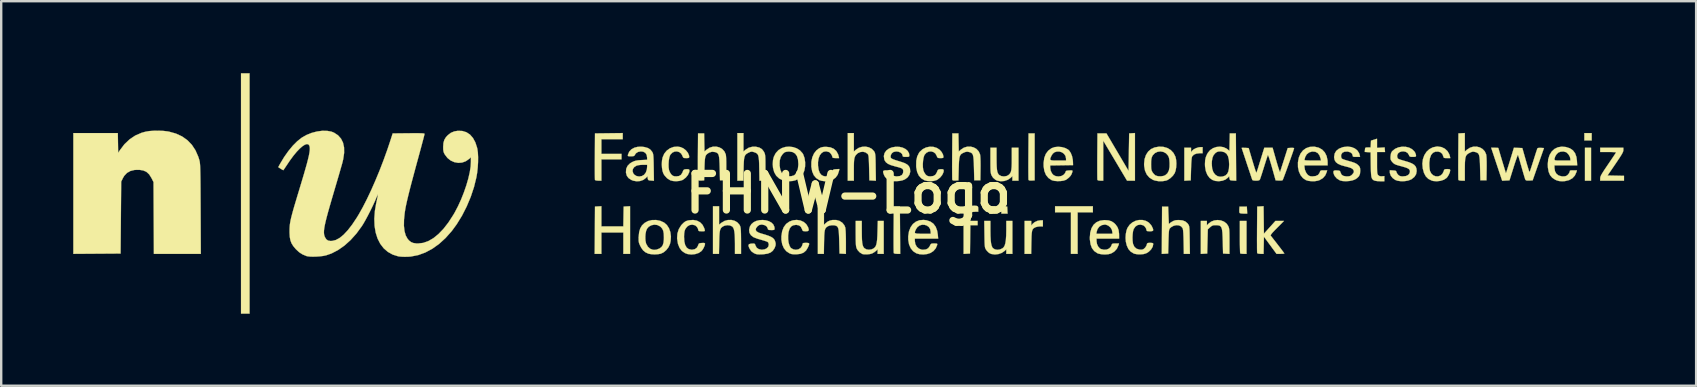
<source format=kicad_pcb>
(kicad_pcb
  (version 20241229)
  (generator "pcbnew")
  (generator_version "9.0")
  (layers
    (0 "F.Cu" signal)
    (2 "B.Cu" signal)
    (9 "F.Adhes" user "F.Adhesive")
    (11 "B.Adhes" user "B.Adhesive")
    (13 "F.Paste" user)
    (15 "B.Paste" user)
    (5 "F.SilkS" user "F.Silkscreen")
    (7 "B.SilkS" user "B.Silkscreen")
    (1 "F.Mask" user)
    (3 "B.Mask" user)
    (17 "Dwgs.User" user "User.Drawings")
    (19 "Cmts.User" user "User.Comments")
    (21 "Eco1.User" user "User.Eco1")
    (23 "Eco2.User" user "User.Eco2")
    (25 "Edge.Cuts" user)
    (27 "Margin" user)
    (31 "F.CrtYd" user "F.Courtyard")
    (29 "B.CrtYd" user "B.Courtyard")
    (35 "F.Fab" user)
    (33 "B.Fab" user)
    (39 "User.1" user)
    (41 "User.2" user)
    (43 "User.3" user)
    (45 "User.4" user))
  (footprint "FHNW-Logo"
    (layer "F.Cu")
    (at 32.288 5.009)
    (property "Reference" "FHNW-Logo" (at 0 0 0) (layer "F.SilkS") (effects (font (size 1.524 1.524) (thickness 0.3))))
    (attr through_hole)
    (fp_poly (pts (xy -24.943 5.004) (xy -25.298 5.004) (xy -25.298 -5.004) (xy -24.943 -5.004) (xy -24.943 5.004)) (stroke (width 0.01) (type solid)) (fill yes) (layer "F.SilkS"))
    (fp_poly (pts (xy 6.121 0.838) (xy 5.867 0.838) (xy 5.867 0.533) (xy 6.121 0.533) (xy 6.121 0.838)) (stroke (width 0.01) (type solid)) (fill yes) (layer "F.SilkS"))
    (fp_poly (pts (xy 30.937 -0.533) (xy 30.683 -0.533) (xy 30.683 -1.905) (xy 30.937 -1.905) (xy 30.937 -0.533)) (stroke (width 0.01) (type solid)) (fill yes) (layer "F.SilkS"))
    (fp_poly (pts (xy 30.963 -2.21) (xy 30.658 -2.21) (xy 30.658 -2.515) (xy 30.963 -2.515) (xy 30.963 -2.21)) (stroke (width 0.01) (type solid)) (fill yes) (layer "F.SilkS"))
    (fp_poly (pts (xy 6.617 0.546) (xy 6.624 0.692) (xy 6.632 0.838) (xy 6.375 0.838) (xy 6.375 0.531) (xy 6.617 0.546)) (stroke (width 0.01) (type solid)) (fill yes) (layer "F.SilkS"))
    (fp_poly (pts (xy 10.185 0.787) (xy 9.55 0.787) (xy 9.55 2.515) (xy 9.271 2.515) (xy 9.271 0.787) (xy 8.611 0.787) (xy 8.611 0.533) (xy 10.185 0.533) (xy 10.185 0.787)) (stroke (width 0.01) (type solid)) (fill yes) (layer "F.SilkS"))
    (fp_poly (pts (xy 16.607 0.692) (xy 16.614 0.838) (xy 16.46 0.838) (xy 16.361 0.833) (xy 16.306 0.818) (xy 16.292 0.803) (xy 16.285 0.757) (xy 16.285 0.684) (xy 16.286 0.657) (xy 16.294 0.546) (xy 16.599 0.546) (xy 16.607 0.692)) (stroke (width 0.01) (type solid)) (fill yes) (layer "F.SilkS"))
    (fp_poly (pts (xy 16.586 2.515) (xy 16.463 2.515) (xy 16.388 2.511) (xy 16.336 2.503) (xy 16.324 2.498) (xy 16.319 2.469) (xy 16.315 2.396) (xy 16.312 2.286) (xy 16.309 2.146) (xy 16.307 1.982) (xy 16.307 1.812) (xy 16.307 1.143) (xy 16.586 1.143) (xy 16.586 2.515)) (stroke (width 0.01) (type solid)) (fill yes) (layer "F.SilkS"))
    (fp_poly (pts (xy 2.16 2.515) (xy 2.032 2.515) (xy 1.946 2.508) (xy 1.897 2.491) (xy 1.891 2.483) (xy 1.889 2.451) (xy 1.887 2.374) (xy 1.885 2.258) (xy 1.884 2.109) (xy 1.884 1.932) (xy 1.884 1.733) (xy 1.885 1.518) (xy 1.886 1.499) (xy 1.892 0.546) (xy 2.146 0.546) (xy 2.16 2.515)) (stroke (width 0.01) (type solid)) (fill yes) (layer "F.SilkS"))
    (fp_poly (pts (xy 7.76 -0.546) (xy 7.639 -0.538) (xy 7.551 -0.54) (xy 7.509 -0.558) (xy 7.505 -0.564) (xy 7.502 -0.596) (xy 7.5 -0.673) (xy 7.499 -0.789) (xy 7.498 -0.939) (xy 7.497 -1.116) (xy 7.498 -1.315) (xy 7.499 -1.53) (xy 7.499 -1.549) (xy 7.506 -2.502) (xy 7.76 -2.502) (xy 7.76 -0.546)) (stroke (width 0.01) (type solid)) (fill yes) (layer "F.SilkS"))
    (fp_poly (pts (xy -9.093 2.515) (xy -9.373 2.515) (xy -9.373 1.626) (xy -10.287 1.626) (xy -10.287 2.515) (xy -10.567 2.515) (xy -10.56 1.53) (xy -10.554 0.546) (xy -10.42 0.538) (xy -10.287 0.531) (xy -10.287 1.372) (xy -9.374 1.372) (xy -9.367 0.959) (xy -9.36 0.546) (xy -9.227 0.538) (xy -9.093 0.531) (xy -9.093 2.515)) (stroke (width 0.01) (type solid)) (fill yes) (layer "F.SilkS"))
    (fp_poly (pts (xy -9.398 -2.261) (xy -10.287 -2.261) (xy -10.287 -1.651) (xy -9.449 -1.651) (xy -9.449 -1.422) (xy -10.287 -1.422) (xy -10.287 -0.533) (xy -10.415 -0.533) (xy -10.5 -0.54) (xy -10.549 -0.557) (xy -10.555 -0.565) (xy -10.557 -0.597) (xy -10.559 -0.674) (xy -10.561 -0.79) (xy -10.562 -0.939) (xy -10.562 -1.116) (xy -10.562 -1.315) (xy -10.56 -1.53) (xy -10.56 -1.549) (xy -10.554 -2.502) (xy -9.398 -2.516) (xy -9.398 -2.261)) (stroke (width 0.01) (type solid)) (fill yes) (layer "F.SilkS"))
    (fp_poly (pts (xy 14.757 -1.676) (xy 14.629 -1.676) (xy 14.495 -1.66) (xy 14.389 -1.614) (xy 14.32 -1.543) (xy 14.305 -1.49) (xy 14.293 -1.386) (xy 14.283 -1.232) (xy 14.275 -1.027) (xy 14.275 -1.016) (xy 14.262 -0.546) (xy 13.995 -0.531) (xy 13.995 -1.905) (xy 14.275 -1.905) (xy 14.275 -1.716) (xy 14.316 -1.775) (xy 14.382 -1.836) (xy 14.479 -1.887) (xy 14.587 -1.921) (xy 14.662 -1.93) (xy 14.757 -1.93) (xy 14.757 -1.676)) (stroke (width 0.01) (type solid)) (fill yes) (layer "F.SilkS"))
    (fp_poly (pts (xy 11.938 -0.533) (xy 11.609 -0.533) (xy 10.618 -2.197) (xy 10.617 -0.533) (xy 10.502 -0.533) (xy 10.424 -0.54) (xy 10.38 -0.558) (xy 10.375 -0.565) (xy 10.372 -0.597) (xy 10.37 -0.674) (xy 10.369 -0.79) (xy 10.368 -0.939) (xy 10.368 -1.116) (xy 10.368 -1.315) (xy 10.369 -1.53) (xy 10.369 -1.549) (xy 10.376 -2.502) (xy 10.751 -2.502) (xy 11.211 -1.722) (xy 11.671 -0.942) (xy 11.684 -1.722) (xy 11.697 -2.502) (xy 11.938 -2.517) (xy 11.938 -0.533)) (stroke (width 0.01) (type solid)) (fill yes) (layer "F.SilkS"))
    (fp_poly (pts (xy 8.103 1.372) (xy 7.986 1.372) (xy 7.894 1.38) (xy 7.808 1.402) (xy 7.789 1.41) (xy 7.738 1.437) (xy 7.699 1.467) (xy 7.671 1.509) (xy 7.652 1.568) (xy 7.639 1.653) (xy 7.631 1.77) (xy 7.627 1.927) (xy 7.624 2.038) (xy 7.616 2.515) (xy 7.341 2.515) (xy 7.341 1.143) (xy 7.62 1.143) (xy 7.62 1.333) (xy 7.677 1.264) (xy 7.766 1.19) (xy 7.883 1.138) (xy 8.007 1.118) (xy 8.013 1.118) (xy 8.103 1.118) (xy 8.103 1.372)) (stroke (width 0.01) (type solid)) (fill yes) (layer "F.SilkS"))
    (fp_poly (pts (xy 5.343 0.517) (xy 5.345 0.518) (xy 5.386 0.534) (xy 5.405 0.567) (xy 5.41 0.631) (xy 5.41 0.648) (xy 5.41 0.762) (xy 5.276 0.762) (xy 5.194 0.767) (xy 5.131 0.781) (xy 5.11 0.792) (xy 5.094 0.834) (xy 5.083 0.91) (xy 5.08 0.983) (xy 5.08 1.143) (xy 5.385 1.143) (xy 5.385 1.321) (xy 5.081 1.321) (xy 5.067 2.502) (xy 4.801 2.517) (xy 4.801 1.321) (xy 4.547 1.321) (xy 4.547 1.143) (xy 4.801 1.143) (xy 4.801 0.972) (xy 4.815 0.809) (xy 4.861 0.684) (xy 4.94 0.59) (xy 4.957 0.576) (xy 5.033 0.541) (xy 5.137 0.517) (xy 5.247 0.508) (xy 5.343 0.517)) (stroke (width 0.01) (type solid)) (fill yes) (layer "F.SilkS"))
    (fp_poly (pts (xy 32.283 -1.81) (xy 32.279 -1.772) (xy 32.265 -1.728) (xy 32.237 -1.67) (xy 32.192 -1.592) (xy 32.127 -1.49) (xy 32.038 -1.357) (xy 31.954 -1.232) (xy 31.624 -0.749) (xy 31.967 -0.742) (xy 32.309 -0.735) (xy 32.309 -0.533) (xy 31.318 -0.533) (xy 31.318 -0.632) (xy 31.322 -0.67) (xy 31.334 -0.713) (xy 31.359 -0.767) (xy 31.4 -0.839) (xy 31.46 -0.934) (xy 31.543 -1.059) (xy 31.648 -1.214) (xy 31.742 -1.353) (xy 31.826 -1.477) (xy 31.895 -1.58) (xy 31.946 -1.658) (xy 31.974 -1.703) (xy 31.979 -1.712) (xy 31.955 -1.718) (xy 31.89 -1.722) (xy 31.792 -1.726) (xy 31.673 -1.727) (xy 31.648 -1.727) (xy 31.318 -1.727) (xy 31.318 -1.905) (xy 32.283 -1.905) (xy 32.283 -1.81)) (stroke (width 0.01) (type solid)) (fill yes) (layer "F.SilkS"))
    (fp_poly (pts (xy 15.52 1.123) (xy 15.649 1.173) (xy 15.755 1.255) (xy 15.818 1.345) (xy 15.837 1.386) (xy 15.851 1.427) (xy 15.862 1.477) (xy 15.868 1.542) (xy 15.872 1.632) (xy 15.874 1.753) (xy 15.875 1.915) (xy 15.875 1.988) (xy 15.875 2.517) (xy 15.608 2.502) (xy 15.596 1.994) (xy 15.589 1.792) (xy 15.581 1.634) (xy 15.567 1.516) (xy 15.545 1.432) (xy 15.513 1.377) (xy 15.469 1.343) (xy 15.408 1.327) (xy 15.33 1.321) (xy 15.292 1.321) (xy 15.205 1.326) (xy 15.142 1.349) (xy 15.077 1.4) (xy 15.068 1.408) (xy 14.973 1.495) (xy 14.948 2.502) (xy 14.681 2.517) (xy 14.681 1.143) (xy 14.935 1.143) (xy 14.935 1.328) (xy 14.995 1.263) (xy 15.108 1.175) (xy 15.24 1.123) (xy 15.381 1.106) (xy 15.52 1.123)) (stroke (width 0.01) (type solid)) (fill yes) (layer "F.SilkS"))
    (fp_poly (pts (xy 17.303 1.104) (xy 17.31 1.676) (xy 17.55 1.41) (xy 17.79 1.143) (xy 18.147 1.143) (xy 17.858 1.434) (xy 17.744 1.55) (xy 17.664 1.636) (xy 17.615 1.697) (xy 17.593 1.736) (xy 17.594 1.757) (xy 17.738 1.942) (xy 17.866 2.106) (xy 17.974 2.246) (xy 18.06 2.359) (xy 18.121 2.441) (xy 18.155 2.489) (xy 18.161 2.5) (xy 18.138 2.507) (xy 18.077 2.513) (xy 17.998 2.515) (xy 17.835 2.515) (xy 17.31 1.799) (xy 17.303 2.157) (xy 17.296 2.515) (xy 17.169 2.515) (xy 17.084 2.508) (xy 17.036 2.491) (xy 17.03 2.483) (xy 17.027 2.451) (xy 17.025 2.374) (xy 17.023 2.258) (xy 17.023 2.109) (xy 17.022 1.932) (xy 17.023 1.733) (xy 17.024 1.518) (xy 17.024 1.499) (xy 17.031 0.546) (xy 17.164 0.538) (xy 17.296 0.531) (xy 17.303 1.104)) (stroke (width 0.01) (type solid)) (fill yes) (layer "F.SilkS"))
    (fp_poly (pts (xy -5.385 1.298) (xy -5.29 1.222) (xy -5.158 1.144) (xy -5.017 1.105) (xy -4.875 1.103) (xy -4.741 1.136) (xy -4.625 1.203) (xy -4.536 1.302) (xy -4.507 1.358) (xy -4.494 1.403) (xy -4.484 1.469) (xy -4.477 1.564) (xy -4.473 1.692) (xy -4.471 1.861) (xy -4.47 1.98) (xy -4.47 2.515) (xy -4.724 2.515) (xy -4.724 2.097) (xy -4.727 1.885) (xy -4.734 1.718) (xy -4.748 1.59) (xy -4.768 1.495) (xy -4.797 1.426) (xy -4.835 1.379) (xy -4.844 1.372) (xy -4.931 1.332) (xy -5.04 1.321) (xy -5.151 1.34) (xy -5.219 1.371) (xy -5.268 1.405) (xy -5.305 1.443) (xy -5.332 1.493) (xy -5.352 1.562) (xy -5.365 1.657) (xy -5.373 1.785) (xy -5.378 1.953) (xy -5.38 2.038) (xy -5.389 2.515) (xy -5.639 2.515) (xy -5.639 0.533) (xy -5.385 0.533) (xy -5.385 1.298)) (stroke (width 0.01) (type solid)) (fill yes) (layer "F.SilkS"))
    (fp_poly (pts (xy 22.022 -1.9) (xy 22.339 -1.918) (xy 22.355 -1.727) (xy 22.022 -1.727) (xy 22.022 -1.27) (xy 22.022 -1.106) (xy 22.024 -0.986) (xy 22.027 -0.9) (xy 22.034 -0.843) (xy 22.044 -0.805) (xy 22.058 -0.779) (xy 22.075 -0.76) (xy 22.131 -0.722) (xy 22.205 -0.714) (xy 22.227 -0.716) (xy 22.327 -0.725) (xy 22.327 -0.508) (xy 22.142 -0.509) (xy 22.033 -0.515) (xy 21.942 -0.529) (xy 21.894 -0.545) (xy 21.854 -0.571) (xy 21.823 -0.603) (xy 21.8 -0.648) (xy 21.784 -0.713) (xy 21.774 -0.805) (xy 21.767 -0.93) (xy 21.763 -1.095) (xy 21.761 -1.206) (xy 21.755 -1.714) (xy 21.511 -1.73) (xy 21.519 -1.824) (xy 21.526 -1.882) (xy 21.545 -1.909) (xy 21.59 -1.917) (xy 21.641 -1.918) (xy 21.755 -1.918) (xy 21.763 -2.059) (xy 21.77 -2.201) (xy 21.896 -2.241) (xy 22.022 -2.281) (xy 22.022 -1.9)) (stroke (width 0.01) (type solid)) (fill yes) (layer "F.SilkS"))
    (fp_poly (pts (xy -1.016 1.305) (xy -0.946 1.24) (xy -0.863 1.172) (xy -0.779 1.132) (xy -0.672 1.107) (xy -0.659 1.105) (xy -0.507 1.104) (xy -0.369 1.143) (xy -0.252 1.218) (xy -0.167 1.323) (xy -0.13 1.411) (xy -0.121 1.47) (xy -0.113 1.571) (xy -0.107 1.704) (xy -0.103 1.862) (xy -0.102 2.014) (xy -0.102 2.517) (xy -0.368 2.502) (xy -0.381 1.994) (xy -0.387 1.804) (xy -0.394 1.657) (xy -0.403 1.548) (xy -0.417 1.47) (xy -0.436 1.416) (xy -0.461 1.38) (xy -0.494 1.354) (xy -0.507 1.347) (xy -0.584 1.326) (xy -0.684 1.323) (xy -0.782 1.338) (xy -0.836 1.358) (xy -0.889 1.389) (xy -0.93 1.424) (xy -0.96 1.471) (xy -0.982 1.536) (xy -0.995 1.627) (xy -1.004 1.75) (xy -1.009 1.913) (xy -1.012 2.026) (xy -1.02 2.515) (xy -1.27 2.515) (xy -1.27 0.533) (xy -1.016 0.533) (xy -1.016 1.305)) (stroke (width 0.01) (type solid)) (fill yes) (layer "F.SilkS"))
    (fp_poly (pts (xy 5.918 1.546) (xy 5.921 1.766) (xy 5.93 1.942) (xy 5.945 2.077) (xy 5.969 2.177) (xy 6 2.247) (xy 6.022 2.276) (xy 6.103 2.328) (xy 6.206 2.346) (xy 6.315 2.332) (xy 6.415 2.287) (xy 6.465 2.245) (xy 6.507 2.178) (xy 6.539 2.075) (xy 6.561 1.935) (xy 6.574 1.752) (xy 6.579 1.522) (xy 6.579 1.503) (xy 6.579 1.143) (xy 6.833 1.143) (xy 6.833 2.515) (xy 6.579 2.515) (xy 6.579 2.327) (xy 6.509 2.394) (xy 6.393 2.474) (xy 6.253 2.524) (xy 6.104 2.541) (xy 5.963 2.522) (xy 5.897 2.497) (xy 5.829 2.449) (xy 5.763 2.379) (xy 5.744 2.353) (xy 5.722 2.319) (xy 5.705 2.286) (xy 5.693 2.247) (xy 5.685 2.196) (xy 5.679 2.123) (xy 5.675 2.022) (xy 5.672 1.886) (xy 5.669 1.706) (xy 5.669 1.697) (xy 5.661 1.143) (xy 5.918 1.143) (xy 5.918 1.546)) (stroke (width 0.01) (type solid)) (fill yes) (layer "F.SilkS"))
    (fp_poly (pts (xy 6.173 -1.467) (xy 6.175 -1.268) (xy 6.18 -1.113) (xy 6.19 -0.995) (xy 6.206 -0.907) (xy 6.229 -0.843) (xy 6.26 -0.795) (xy 6.287 -0.768) (xy 6.374 -0.723) (xy 6.481 -0.709) (xy 6.589 -0.726) (xy 6.667 -0.766) (xy 6.713 -0.808) (xy 6.748 -0.855) (xy 6.774 -0.916) (xy 6.791 -0.998) (xy 6.801 -1.107) (xy 6.806 -1.253) (xy 6.807 -1.441) (xy 6.807 -1.447) (xy 6.807 -1.905) (xy 7.087 -1.905) (xy 7.087 -0.533) (xy 6.833 -0.533) (xy 6.833 -0.721) (xy 6.763 -0.654) (xy 6.641 -0.569) (xy 6.498 -0.52) (xy 6.347 -0.508) (xy 6.202 -0.535) (xy 6.134 -0.566) (xy 6.03 -0.653) (xy 5.975 -0.736) (xy 5.956 -0.777) (xy 5.942 -0.818) (xy 5.932 -0.867) (xy 5.925 -0.933) (xy 5.921 -1.023) (xy 5.919 -1.144) (xy 5.918 -1.306) (xy 5.918 -1.377) (xy 5.918 -1.905) (xy 6.172 -1.905) (xy 6.173 -1.467)) (stroke (width 0.01) (type solid)) (fill yes) (layer "F.SilkS"))
    (fp_poly (pts (xy -4.369 -1.747) (xy -4.28 -1.825) (xy -4.151 -1.906) (xy -3.997 -1.947) (xy -3.852 -1.947) (xy -3.707 -1.912) (xy -3.598 -1.845) (xy -3.518 -1.74) (xy -3.512 -1.728) (xy -3.493 -1.687) (xy -3.478 -1.647) (xy -3.468 -1.598) (xy -3.461 -1.534) (xy -3.457 -1.445) (xy -3.455 -1.326) (xy -3.454 -1.167) (xy -3.454 -1.074) (xy -3.454 -0.533) (xy -3.703 -0.533) (xy -3.712 -1.04) (xy -3.716 -1.233) (xy -3.723 -1.383) (xy -3.735 -1.495) (xy -3.753 -1.576) (xy -3.78 -1.633) (xy -3.818 -1.672) (xy -3.87 -1.7) (xy -3.933 -1.723) (xy -4.001 -1.742) (xy -4.055 -1.741) (xy -4.118 -1.718) (xy -4.153 -1.702) (xy -4.218 -1.667) (xy -4.267 -1.63) (xy -4.303 -1.583) (xy -4.328 -1.518) (xy -4.345 -1.43) (xy -4.355 -1.309) (xy -4.361 -1.15) (xy -4.364 -1.01) (xy -4.373 -0.533) (xy -4.623 -0.533) (xy -4.623 -2.515) (xy -4.369 -2.515) (xy -4.369 -1.747)) (stroke (width 0.01) (type solid)) (fill yes) (layer "F.SilkS"))
    (fp_poly (pts (xy 0.229 -1.747) (xy 0.317 -1.825) (xy 0.44 -1.904) (xy 0.578 -1.945) (xy 0.721 -1.951) (xy 0.858 -1.921) (xy 0.978 -1.857) (xy 1.07 -1.76) (xy 1.075 -1.753) (xy 1.093 -1.721) (xy 1.107 -1.686) (xy 1.117 -1.641) (xy 1.125 -1.578) (xy 1.13 -1.491) (xy 1.134 -1.372) (xy 1.137 -1.214) (xy 1.138 -1.097) (xy 1.147 -0.531) (xy 0.876 -0.546) (xy 0.864 -1.071) (xy 0.859 -1.249) (xy 0.854 -1.384) (xy 0.848 -1.482) (xy 0.841 -1.55) (xy 0.831 -1.596) (xy 0.818 -1.627) (xy 0.802 -1.649) (xy 0.713 -1.713) (xy 0.607 -1.738) (xy 0.497 -1.725) (xy 0.394 -1.679) (xy 0.311 -1.599) (xy 0.279 -1.544) (xy 0.261 -1.498) (xy 0.248 -1.447) (xy 0.239 -1.381) (xy 0.233 -1.292) (xy 0.23 -1.171) (xy 0.229 -1.01) (xy 0.229 -0.984) (xy 0.229 -0.533) (xy -0.025 -0.533) (xy -0.025 -2.515) (xy 0.229 -2.515) (xy 0.229 -1.747)) (stroke (width 0.01) (type solid)) (fill yes) (layer "F.SilkS"))
    (fp_poly (pts (xy 0.56 1.568) (xy 0.562 1.77) (xy 0.567 1.927) (xy 0.577 2.047) (xy 0.593 2.137) (xy 0.615 2.204) (xy 0.645 2.254) (xy 0.667 2.278) (xy 0.748 2.327) (xy 0.853 2.344) (xy 0.963 2.329) (xy 1.036 2.298) (xy 1.089 2.259) (xy 1.13 2.21) (xy 1.16 2.143) (xy 1.182 2.05) (xy 1.198 1.927) (xy 1.208 1.765) (xy 1.214 1.594) (xy 1.226 1.143) (xy 1.473 1.143) (xy 1.473 2.515) (xy 1.219 2.515) (xy 1.219 2.327) (xy 1.149 2.394) (xy 1.076 2.45) (xy 0.992 2.497) (xy 0.985 2.501) (xy 0.903 2.523) (xy 0.798 2.535) (xy 0.691 2.537) (xy 0.605 2.528) (xy 0.584 2.522) (xy 0.476 2.457) (xy 0.387 2.36) (xy 0.353 2.301) (xy 0.337 2.26) (xy 0.325 2.212) (xy 0.316 2.15) (xy 0.311 2.065) (xy 0.307 1.951) (xy 0.306 1.799) (xy 0.305 1.67) (xy 0.305 1.143) (xy 0.559 1.143) (xy 0.56 1.568)) (stroke (width 0.01) (type solid)) (fill yes) (layer "F.SilkS"))
    (fp_poly (pts (xy -6 -2.125) (xy -5.993 -1.749) (xy -5.906 -1.825) (xy -5.779 -1.908) (xy -5.642 -1.949) (xy -5.503 -1.952) (xy -5.371 -1.919) (xy -5.254 -1.852) (xy -5.163 -1.753) (xy -5.106 -1.628) (xy -5.097 -1.565) (xy -5.09 -1.46) (xy -5.086 -1.32) (xy -5.085 -1.153) (xy -5.086 -1.037) (xy -5.093 -0.546) (xy -5.347 -0.546) (xy -5.359 -1.055) (xy -5.365 -1.25) (xy -5.373 -1.4) (xy -5.384 -1.512) (xy -5.401 -1.592) (xy -5.425 -1.648) (xy -5.459 -1.684) (xy -5.503 -1.709) (xy -5.554 -1.725) (xy -5.676 -1.739) (xy -5.789 -1.706) (xy -5.848 -1.671) (xy -5.892 -1.637) (xy -5.925 -1.601) (xy -5.949 -1.555) (xy -5.966 -1.49) (xy -5.978 -1.401) (xy -5.986 -1.279) (xy -5.992 -1.117) (xy -5.994 -1.029) (xy -6.007 -0.546) (xy -6.128 -0.538) (xy -6.216 -0.54) (xy -6.258 -0.558) (xy -6.262 -0.564) (xy -6.264 -0.596) (xy -6.267 -0.673) (xy -6.268 -0.789) (xy -6.269 -0.939) (xy -6.269 -1.116) (xy -6.269 -1.315) (xy -6.268 -1.53) (xy -6.268 -1.549) (xy -6.261 -2.502) (xy -6.007 -2.502) (xy -6 -2.125)) (stroke (width 0.01) (type solid)) (fill yes) (layer "F.SilkS"))
    (fp_poly (pts (xy 4.592 -2.125) (xy 4.599 -1.749) (xy 4.686 -1.825) (xy 4.812 -1.908) (xy 4.95 -1.949) (xy 5.089 -1.952) (xy 5.221 -1.919) (xy 5.338 -1.852) (xy 5.429 -1.753) (xy 5.486 -1.628) (xy 5.495 -1.565) (xy 5.502 -1.46) (xy 5.506 -1.32) (xy 5.507 -1.153) (xy 5.506 -1.037) (xy 5.499 -0.546) (xy 5.245 -0.546) (xy 5.232 -1.055) (xy 5.227 -1.25) (xy 5.219 -1.4) (xy 5.208 -1.512) (xy 5.191 -1.592) (xy 5.167 -1.648) (xy 5.132 -1.685) (xy 5.087 -1.709) (xy 5.029 -1.727) (xy 4.954 -1.741) (xy 4.889 -1.733) (xy 4.815 -1.705) (xy 4.75 -1.674) (xy 4.7 -1.64) (xy 4.664 -1.596) (xy 4.638 -1.536) (xy 4.621 -1.452) (xy 4.609 -1.337) (xy 4.602 -1.184) (xy 4.597 -1.03) (xy 4.585 -0.546) (xy 4.464 -0.538) (xy 4.376 -0.54) (xy 4.334 -0.558) (xy 4.33 -0.564) (xy 4.327 -0.596) (xy 4.325 -0.673) (xy 4.324 -0.789) (xy 4.323 -0.939) (xy 4.322 -1.116) (xy 4.323 -1.315) (xy 4.324 -1.53) (xy 4.324 -1.549) (xy 4.331 -2.502) (xy 4.585 -2.502) (xy 4.592 -2.125)) (stroke (width 0.01) (type solid)) (fill yes) (layer "F.SilkS"))
    (fp_poly (pts (xy 13.336 0.927) (xy 13.341 1.057) (xy 13.346 1.163) (xy 13.35 1.239) (xy 13.354 1.276) (xy 13.355 1.277) (xy 13.378 1.248) (xy 13.433 1.206) (xy 13.481 1.176) (xy 13.563 1.134) (xy 13.64 1.113) (xy 13.737 1.107) (xy 13.767 1.107) (xy 13.917 1.121) (xy 14.032 1.164) (xy 14.123 1.239) (xy 14.152 1.276) (xy 14.171 1.305) (xy 14.186 1.335) (xy 14.197 1.374) (xy 14.204 1.429) (xy 14.21 1.506) (xy 14.214 1.613) (xy 14.216 1.758) (xy 14.219 1.937) (xy 14.227 2.515) (xy 13.974 2.515) (xy 13.965 2.013) (xy 13.96 1.811) (xy 13.953 1.656) (xy 13.944 1.544) (xy 13.932 1.472) (xy 13.922 1.444) (xy 13.859 1.37) (xy 13.769 1.329) (xy 13.662 1.321) (xy 13.552 1.345) (xy 13.449 1.401) (xy 13.398 1.448) (xy 13.381 1.471) (xy 13.367 1.502) (xy 13.357 1.548) (xy 13.35 1.615) (xy 13.344 1.712) (xy 13.339 1.847) (xy 13.335 2.003) (xy 13.322 2.502) (xy 13.189 2.51) (xy 13.055 2.517) (xy 13.062 1.532) (xy 13.068 0.546) (xy 13.322 0.546) (xy 13.336 0.927)) (stroke (width 0.01) (type solid)) (fill yes) (layer "F.SilkS"))
    (fp_poly (pts (xy -28.527 -2.606) (xy -28.352 -2.585) (xy -28.301 -2.576) (xy -28.01 -2.495) (xy -27.755 -2.377) (xy -27.535 -2.222) (xy -27.349 -2.03) (xy -27.197 -1.8) (xy -27.079 -1.532) (xy -27.036 -1.397) (xy -27.027 -1.363) (xy -27.019 -1.325) (xy -27.013 -1.279) (xy -27.007 -1.222) (xy -27.002 -1.151) (xy -26.998 -1.06) (xy -26.995 -0.947) (xy -26.992 -0.808) (xy -26.989 -0.639) (xy -26.987 -0.437) (xy -26.985 -0.197) (xy -26.984 0.083) (xy -26.982 0.409) (xy -26.981 0.641) (xy -26.973 2.515) (xy -28.928 2.515) (xy -28.936 1.02) (xy -28.943 -0.475) (xy -29.032 -0.649) (xy -29.123 -0.794) (xy -29.23 -0.894) (xy -29.362 -0.956) (xy -29.523 -0.984) (xy -29.729 -0.981) (xy -29.905 -0.938) (xy -30.051 -0.855) (xy -30.166 -0.731) (xy -30.217 -0.643) (xy -30.29 -0.495) (xy -30.315 2.502) (xy -32.283 2.515) (xy -32.283 -2.515) (xy -30.43 -2.515) (xy -30.423 -2.104) (xy -30.416 -1.693) (xy -30.342 -1.805) (xy -30.153 -2.053) (xy -29.939 -2.255) (xy -29.702 -2.414) (xy -29.439 -2.528) (xy -29.268 -2.575) (xy -29.113 -2.6) (xy -28.926 -2.613) (xy -28.725 -2.615) (xy -28.527 -2.606)) (stroke (width 0.01) (type solid)) (fill yes) (layer "F.SilkS"))
    (fp_poly (pts (xy 25.679 -1.747) (xy 25.768 -1.825) (xy 25.894 -1.907) (xy 26.031 -1.949) (xy 26.171 -1.952) (xy 26.303 -1.919) (xy 26.419 -1.852) (xy 26.511 -1.754) (xy 26.568 -1.628) (xy 26.577 -1.565) (xy 26.584 -1.46) (xy 26.588 -1.32) (xy 26.589 -1.153) (xy 26.588 -1.037) (xy 26.581 -0.546) (xy 26.327 -0.546) (xy 26.314 -1.055) (xy 26.309 -1.25) (xy 26.301 -1.4) (xy 26.29 -1.512) (xy 26.273 -1.592) (xy 26.249 -1.648) (xy 26.214 -1.684) (xy 26.168 -1.709) (xy 26.109 -1.728) (xy 26.109 -1.728) (xy 26.039 -1.742) (xy 25.981 -1.737) (xy 25.911 -1.709) (xy 25.887 -1.697) (xy 25.82 -1.661) (xy 25.77 -1.621) (xy 25.733 -1.571) (xy 25.708 -1.503) (xy 25.692 -1.41) (xy 25.683 -1.286) (xy 25.68 -1.122) (xy 25.679 -0.997) (xy 25.679 -0.533) (xy 25.552 -0.533) (xy 25.466 -0.54) (xy 25.418 -0.557) (xy 25.412 -0.565) (xy 25.409 -0.597) (xy 25.407 -0.674) (xy 25.405 -0.79) (xy 25.405 -0.939) (xy 25.404 -1.116) (xy 25.405 -1.315) (xy 25.406 -1.53) (xy 25.406 -1.549) (xy 25.413 -2.502) (xy 25.546 -2.51) (xy 25.679 -2.517) (xy 25.679 -1.747)) (stroke (width 0.01) (type solid)) (fill yes) (layer "F.SilkS"))
    (fp_poly (pts (xy -0.754 -1.923) (xy -0.612 -1.864) (xy -0.503 -1.768) (xy -0.429 -1.637) (xy -0.406 -1.561) (xy -0.386 -1.473) (xy -0.523 -1.473) (xy -0.606 -1.478) (xy -0.653 -1.491) (xy -0.66 -1.501) (xy -0.678 -1.568) (xy -0.72 -1.643) (xy -0.774 -1.704) (xy -0.803 -1.724) (xy -0.92 -1.755) (xy -1.026 -1.741) (xy -1.117 -1.684) (xy -1.189 -1.591) (xy -1.239 -1.463) (xy -1.264 -1.307) (xy -1.263 -1.154) (xy -1.237 -0.981) (xy -1.19 -0.853) (xy -1.118 -0.767) (xy -1.021 -0.721) (xy -0.936 -0.712) (xy -0.824 -0.727) (xy -0.744 -0.776) (xy -0.688 -0.867) (xy -0.675 -0.902) (xy -0.652 -0.961) (xy -0.625 -0.992) (xy -0.577 -1.006) (xy -0.507 -1.011) (xy -0.374 -1.019) (xy -0.39 -0.939) (xy -0.444 -0.78) (xy -0.536 -0.655) (xy -0.663 -0.566) (xy -0.734 -0.537) (xy -0.855 -0.513) (xy -0.994 -0.511) (xy -1.126 -0.53) (xy -1.206 -0.556) (xy -1.341 -0.643) (xy -1.441 -0.762) (xy -1.507 -0.917) (xy -1.541 -1.11) (xy -1.542 -1.115) (xy -1.54 -1.32) (xy -1.502 -1.506) (xy -1.43 -1.668) (xy -1.327 -1.799) (xy -1.219 -1.879) (xy -1.139 -1.917) (xy -1.057 -1.936) (xy -0.952 -1.943) (xy -0.927 -1.943) (xy -0.754 -1.923)) (stroke (width 0.01) (type solid)) (fill yes) (layer "F.SilkS"))
    (fp_poly (pts (xy -2.3 -1.931) (xy -2.148 -1.879) (xy -2.016 -1.794) (xy -1.91 -1.678) (xy -1.879 -1.625) (xy -1.825 -1.475) (xy -1.8 -1.301) (xy -1.802 -1.123) (xy -1.833 -0.956) (xy -1.875 -0.849) (xy -1.967 -0.716) (xy -2.087 -0.609) (xy -2.207 -0.547) (xy -2.328 -0.52) (xy -2.47 -0.511) (xy -2.612 -0.519) (xy -2.724 -0.544) (xy -2.883 -0.625) (xy -3.006 -0.741) (xy -3.091 -0.891) (xy -3.139 -1.074) (xy -3.147 -1.197) (xy -2.866 -1.197) (xy -2.864 -1.168) (xy -2.837 -0.997) (xy -2.782 -0.864) (xy -2.702 -0.771) (xy -2.682 -0.758) (xy -2.597 -0.726) (xy -2.49 -0.714) (xy -2.379 -0.721) (xy -2.283 -0.746) (xy -2.233 -0.776) (xy -2.154 -0.876) (xy -2.105 -1.011) (xy -2.084 -1.185) (xy -2.083 -1.233) (xy -2.098 -1.417) (xy -2.142 -1.56) (xy -2.217 -1.663) (xy -2.322 -1.725) (xy -2.458 -1.747) (xy -2.512 -1.745) (xy -2.601 -1.734) (xy -2.661 -1.709) (xy -2.717 -1.661) (xy -2.733 -1.644) (xy -2.814 -1.524) (xy -2.858 -1.376) (xy -2.866 -1.197) (xy -3.147 -1.197) (xy -3.149 -1.23) (xy -3.139 -1.391) (xy -3.106 -1.524) (xy -3.042 -1.651) (xy -3.016 -1.692) (xy -2.908 -1.809) (xy -2.774 -1.89) (xy -2.622 -1.938) (xy -2.461 -1.951) (xy -2.3 -1.931)) (stroke (width 0.01) (type solid)) (fill yes) (layer "F.SilkS"))
    (fp_poly (pts (xy 10.838 1.121) (xy 10.962 1.159) (xy 11.068 1.229) (xy 11.132 1.292) (xy 11.21 1.401) (xy 11.257 1.524) (xy 11.276 1.675) (xy 11.277 1.734) (xy 11.278 1.88) (xy 10.338 1.88) (xy 10.338 1.982) (xy 10.356 2.102) (xy 10.404 2.208) (xy 10.475 2.287) (xy 10.519 2.313) (xy 10.642 2.343) (xy 10.759 2.336) (xy 10.859 2.294) (xy 10.932 2.221) (xy 10.959 2.163) (xy 10.976 2.118) (xy 11 2.094) (xy 11.045 2.084) (xy 11.127 2.083) (xy 11.274 2.083) (xy 11.253 2.155) (xy 11.186 2.302) (xy 11.078 2.42) (xy 10.942 2.501) (xy 10.827 2.531) (xy 10.688 2.541) (xy 10.544 2.533) (xy 10.418 2.506) (xy 10.368 2.486) (xy 10.241 2.398) (xy 10.148 2.277) (xy 10.089 2.12) (xy 10.061 1.926) (xy 10.058 1.839) (xy 10.072 1.676) (xy 10.331 1.676) (xy 10.998 1.676) (xy 10.998 1.612) (xy 10.975 1.507) (xy 10.914 1.412) (xy 10.827 1.339) (xy 10.726 1.299) (xy 10.686 1.295) (xy 10.558 1.318) (xy 10.453 1.383) (xy 10.379 1.483) (xy 10.345 1.59) (xy 10.331 1.676) (xy 10.072 1.676) (xy 10.076 1.626) (xy 10.128 1.447) (xy 10.214 1.304) (xy 10.331 1.2) (xy 10.479 1.134) (xy 10.656 1.109) (xy 10.681 1.109) (xy 10.838 1.121)) (stroke (width 0.01) (type solid)) (fill yes) (layer "F.SilkS"))
    (fp_poly (pts (xy 24.707 -1.933) (xy 24.845 -1.867) (xy 24.956 -1.765) (xy 25.032 -1.634) (xy 25.056 -1.556) (xy 25.074 -1.473) (xy 24.935 -1.473) (xy 24.855 -1.475) (xy 24.812 -1.485) (xy 24.792 -1.509) (xy 24.782 -1.545) (xy 24.74 -1.649) (xy 24.662 -1.717) (xy 24.572 -1.744) (xy 24.448 -1.74) (xy 24.348 -1.692) (xy 24.273 -1.601) (xy 24.224 -1.468) (xy 24.201 -1.294) (xy 24.2 -1.234) (xy 24.203 -1.122) (xy 24.213 -1.018) (xy 24.227 -0.941) (xy 24.23 -0.933) (xy 24.286 -0.826) (xy 24.367 -0.754) (xy 24.463 -0.715) (xy 24.564 -0.712) (xy 24.659 -0.743) (xy 24.738 -0.809) (xy 24.792 -0.91) (xy 24.794 -0.916) (xy 24.814 -0.976) (xy 24.84 -1.005) (xy 24.887 -1.015) (xy 24.947 -1.016) (xy 25.021 -1.014) (xy 25.057 -1.002) (xy 25.069 -0.976) (xy 25.069 -0.959) (xy 25.053 -0.879) (xy 25.012 -0.784) (xy 24.958 -0.694) (xy 24.914 -0.643) (xy 24.804 -0.571) (xy 24.664 -0.526) (xy 24.512 -0.508) (xy 24.362 -0.52) (xy 24.295 -0.539) (xy 24.159 -0.608) (xy 24.054 -0.712) (xy 23.978 -0.854) (xy 23.928 -1.037) (xy 23.927 -1.04) (xy 23.91 -1.241) (xy 23.933 -1.428) (xy 23.992 -1.594) (xy 24.083 -1.736) (xy 24.202 -1.846) (xy 24.345 -1.921) (xy 24.51 -1.955) (xy 24.55 -1.956) (xy 24.707 -1.933)) (stroke (width 0.01) (type solid)) (fill yes) (layer "F.SilkS"))
    (fp_poly (pts (xy 16.148 -1.516) (xy 16.155 -0.531) (xy 16.021 -0.538) (xy 15.943 -0.545) (xy 15.902 -0.558) (xy 15.884 -0.587) (xy 15.875 -0.632) (xy 15.862 -0.717) (xy 15.812 -0.66) (xy 15.71 -0.58) (xy 15.579 -0.53) (xy 15.433 -0.51) (xy 15.286 -0.522) (xy 15.167 -0.563) (xy 15.046 -0.65) (xy 14.953 -0.777) (xy 14.889 -0.938) (xy 14.857 -1.128) (xy 14.854 -1.222) (xy 15.138 -1.222) (xy 15.154 -1.038) (xy 15.201 -0.894) (xy 15.279 -0.787) (xy 15.38 -0.72) (xy 15.479 -0.698) (xy 15.592 -0.706) (xy 15.694 -0.742) (xy 15.709 -0.751) (xy 15.779 -0.816) (xy 15.826 -0.909) (xy 15.853 -1.036) (xy 15.862 -1.204) (xy 15.862 -1.219) (xy 15.851 -1.406) (xy 15.815 -1.551) (xy 15.753 -1.654) (xy 15.663 -1.72) (xy 15.544 -1.75) (xy 15.489 -1.753) (xy 15.398 -1.745) (xy 15.329 -1.714) (xy 15.283 -1.678) (xy 15.213 -1.595) (xy 15.167 -1.489) (xy 15.143 -1.351) (xy 15.138 -1.222) (xy 14.854 -1.222) (xy 14.854 -1.232) (xy 14.862 -1.382) (xy 14.886 -1.503) (xy 14.933 -1.617) (xy 14.973 -1.691) (xy 15.067 -1.804) (xy 15.19 -1.887) (xy 15.333 -1.936) (xy 15.483 -1.951) (xy 15.629 -1.928) (xy 15.761 -1.866) (xy 15.797 -1.839) (xy 15.874 -1.775) (xy 15.881 -2.138) (xy 15.888 -2.502) (xy 16.142 -2.502) (xy 16.148 -1.516)) (stroke (width 0.01) (type solid)) (fill yes) (layer "F.SilkS"))
    (fp_poly (pts (xy -7.833 1.14) (xy -7.675 1.212) (xy -7.559 1.313) (xy -7.471 1.449) (xy -7.414 1.612) (xy -7.391 1.792) (xy -7.403 1.98) (xy -7.429 2.098) (xy -7.489 2.234) (xy -7.583 2.356) (xy -7.697 2.453) (xy -7.814 2.509) (xy -7.929 2.53) (xy -8.067 2.538) (xy -8.204 2.531) (xy -8.32 2.51) (xy -8.339 2.503) (xy -8.456 2.448) (xy -8.549 2.37) (xy -8.629 2.258) (xy -8.678 2.164) (xy -8.709 2.093) (xy -8.728 2.029) (xy -8.736 1.956) (xy -8.736 1.856) (xy -8.735 1.827) (xy -8.458 1.827) (xy -8.451 1.963) (xy -8.428 2.077) (xy -8.423 2.092) (xy -8.351 2.218) (xy -8.254 2.304) (xy -8.136 2.346) (xy -8.006 2.344) (xy -7.869 2.293) (xy -7.862 2.289) (xy -7.784 2.23) (xy -7.731 2.153) (xy -7.699 2.047) (xy -7.685 1.906) (xy -7.684 1.829) (xy -7.69 1.673) (xy -7.711 1.556) (xy -7.752 1.467) (xy -7.815 1.395) (xy -7.852 1.365) (xy -7.963 1.312) (xy -8.086 1.299) (xy -8.209 1.326) (xy -8.316 1.387) (xy -8.386 1.468) (xy -8.425 1.562) (xy -8.449 1.687) (xy -8.458 1.827) (xy -8.735 1.827) (xy -8.734 1.795) (xy -8.714 1.605) (xy -8.669 1.453) (xy -8.596 1.33) (xy -8.489 1.228) (xy -8.489 1.228) (xy -8.346 1.149) (xy -8.181 1.108) (xy -8.006 1.105) (xy -7.833 1.14)) (stroke (width 0.01) (type solid)) (fill yes) (layer "F.SilkS"))
    (fp_poly (pts (xy 13.123 -1.942) (xy 13.288 -1.894) (xy 13.431 -1.808) (xy 13.544 -1.688) (xy 13.623 -1.536) (xy 13.627 -1.525) (xy 13.654 -1.396) (xy 13.664 -1.246) (xy 13.656 -1.091) (xy 13.631 -0.95) (xy 13.594 -0.847) (xy 13.517 -0.736) (xy 13.412 -0.636) (xy 13.297 -0.561) (xy 13.237 -0.537) (xy 13.085 -0.51) (xy 12.921 -0.511) (xy 12.767 -0.539) (xy 12.687 -0.568) (xy 12.539 -0.662) (xy 12.429 -0.791) (xy 12.356 -0.954) (xy 12.322 -1.148) (xy 12.32 -1.219) (xy 12.611 -1.219) (xy 12.613 -1.1) (xy 12.619 -1.017) (xy 12.634 -0.956) (xy 12.658 -0.904) (xy 12.671 -0.882) (xy 12.724 -0.813) (xy 12.783 -0.759) (xy 12.798 -0.75) (xy 12.896 -0.719) (xy 13.015 -0.713) (xy 13.131 -0.732) (xy 13.203 -0.763) (xy 13.292 -0.842) (xy 13.35 -0.953) (xy 13.379 -1.102) (xy 13.381 -1.269) (xy 13.372 -1.395) (xy 13.356 -1.484) (xy 13.329 -1.553) (xy 13.314 -1.58) (xy 13.229 -1.674) (xy 13.122 -1.731) (xy 13.002 -1.752) (xy 12.882 -1.736) (xy 12.773 -1.684) (xy 12.686 -1.597) (xy 12.663 -1.56) (xy 12.637 -1.498) (xy 12.621 -1.428) (xy 12.613 -1.334) (xy 12.611 -1.219) (xy 12.32 -1.219) (xy 12.319 -1.234) (xy 12.339 -1.431) (xy 12.396 -1.602) (xy 12.487 -1.744) (xy 12.61 -1.851) (xy 12.753 -1.916) (xy 12.943 -1.951) (xy 13.123 -1.942)) (stroke (width 0.01) (type solid)) (fill yes) (layer "F.SilkS"))
    (fp_poly (pts (xy -1.999 1.124) (xy -1.864 1.185) (xy -1.755 1.277) (xy -1.681 1.398) (xy -1.678 1.405) (xy -1.651 1.492) (xy -1.655 1.543) (xy -1.694 1.568) (xy -1.773 1.575) (xy -1.776 1.575) (xy -1.852 1.572) (xy -1.893 1.559) (xy -1.916 1.526) (xy -1.929 1.489) (xy -1.979 1.389) (xy -2.053 1.331) (xy -2.159 1.309) (xy -2.184 1.308) (xy -2.299 1.326) (xy -2.387 1.38) (xy -2.45 1.473) (xy -2.491 1.609) (xy -2.508 1.751) (xy -2.508 1.904) (xy -2.49 2.046) (xy -2.455 2.166) (xy -2.408 2.253) (xy -2.392 2.27) (xy -2.297 2.326) (xy -2.19 2.346) (xy -2.085 2.329) (xy -1.996 2.277) (xy -1.955 2.227) (xy -1.922 2.162) (xy -1.905 2.107) (xy -1.905 2.102) (xy -1.897 2.076) (xy -1.864 2.062) (xy -1.796 2.058) (xy -1.765 2.057) (xy -1.685 2.06) (xy -1.641 2.073) (xy -1.631 2.106) (xy -1.65 2.168) (xy -1.687 2.253) (xy -1.763 2.377) (xy -1.861 2.462) (xy -1.987 2.513) (xy -2.15 2.534) (xy -2.157 2.534) (xy -2.281 2.534) (xy -2.373 2.522) (xy -2.45 2.494) (xy -2.451 2.494) (xy -2.586 2.404) (xy -2.688 2.277) (xy -2.756 2.117) (xy -2.789 1.927) (xy -2.789 1.78) (xy -2.758 1.574) (xy -2.692 1.403) (xy -2.592 1.269) (xy -2.459 1.172) (xy -2.312 1.118) (xy -2.151 1.101) (xy -1.999 1.124)) (stroke (width 0.01) (type solid)) (fill yes) (layer "F.SilkS"))
    (fp_poly (pts (xy 3.257 1.116) (xy 3.418 1.171) (xy 3.545 1.261) (xy 3.639 1.389) (xy 3.7 1.555) (xy 3.726 1.715) (xy 3.741 1.88) (xy 2.769 1.88) (xy 2.769 1.975) (xy 2.79 2.108) (xy 2.85 2.218) (xy 2.94 2.298) (xy 3.055 2.341) (xy 3.111 2.345) (xy 3.234 2.331) (xy 3.324 2.283) (xy 3.387 2.199) (xy 3.396 2.18) (xy 3.423 2.124) (xy 3.452 2.095) (xy 3.5 2.084) (xy 3.576 2.083) (xy 3.655 2.084) (xy 3.694 2.091) (xy 3.705 2.112) (xy 3.697 2.151) (xy 3.697 2.153) (xy 3.64 2.286) (xy 3.542 2.399) (xy 3.421 2.478) (xy 3.281 2.523) (xy 3.124 2.541) (xy 2.969 2.531) (xy 2.836 2.494) (xy 2.832 2.493) (xy 2.698 2.405) (xy 2.597 2.28) (xy 2.528 2.122) (xy 2.495 1.934) (xy 2.494 1.78) (xy 2.52 1.611) (xy 2.769 1.611) (xy 2.776 1.645) (xy 2.813 1.664) (xy 2.885 1.674) (xy 2.999 1.676) (xy 3.099 1.676) (xy 3.429 1.676) (xy 3.429 1.598) (xy 3.408 1.485) (xy 3.352 1.397) (xy 3.27 1.337) (xy 3.171 1.305) (xy 3.067 1.303) (xy 2.966 1.335) (xy 2.878 1.4) (xy 2.821 1.484) (xy 2.785 1.558) (xy 2.769 1.611) (xy 2.52 1.611) (xy 2.525 1.579) (xy 2.592 1.408) (xy 2.689 1.272) (xy 2.814 1.174) (xy 2.964 1.115) (xy 3.134 1.101) (xy 3.257 1.116)) (stroke (width 0.01) (type solid)) (fill yes) (layer "F.SilkS"))
    (fp_poly (pts (xy 3.544 -1.942) (xy 3.69 -1.895) (xy 3.801 -1.822) (xy 3.887 -1.726) (xy 3.943 -1.62) (xy 3.962 -1.525) (xy 3.956 -1.494) (xy 3.928 -1.478) (xy 3.866 -1.473) (xy 3.837 -1.473) (xy 3.762 -1.476) (xy 3.721 -1.489) (xy 3.697 -1.523) (xy 3.683 -1.562) (xy 3.628 -1.661) (xy 3.547 -1.724) (xy 3.451 -1.752) (xy 3.35 -1.744) (xy 3.256 -1.699) (xy 3.18 -1.617) (xy 3.161 -1.582) (xy 3.132 -1.489) (xy 3.112 -1.364) (xy 3.102 -1.225) (xy 3.105 -1.091) (xy 3.121 -0.979) (xy 3.123 -0.968) (xy 3.16 -0.879) (xy 3.212 -0.799) (xy 3.226 -0.783) (xy 3.283 -0.737) (xy 3.346 -0.716) (xy 3.421 -0.712) (xy 3.539 -0.728) (xy 3.624 -0.779) (xy 3.682 -0.87) (xy 3.694 -0.903) (xy 3.721 -0.967) (xy 3.754 -0.998) (xy 3.814 -1.009) (xy 3.836 -1.011) (xy 3.922 -1.011) (xy 3.965 -0.99) (xy 3.973 -0.941) (xy 3.961 -0.881) (xy 3.908 -0.768) (xy 3.82 -0.661) (xy 3.712 -0.577) (xy 3.671 -0.555) (xy 3.558 -0.523) (xy 3.422 -0.51) (xy 3.287 -0.519) (xy 3.175 -0.548) (xy 3.175 -0.548) (xy 3.037 -0.631) (xy 2.934 -0.746) (xy 2.865 -0.896) (xy 2.829 -1.083) (xy 2.825 -1.147) (xy 2.829 -1.362) (xy 2.868 -1.542) (xy 2.942 -1.691) (xy 2.977 -1.738) (xy 3.095 -1.845) (xy 3.236 -1.916) (xy 3.389 -1.948) (xy 3.544 -1.942)) (stroke (width 0.01) (type solid)) (fill yes) (layer "F.SilkS"))
    (fp_poly (pts (xy 12.254 1.105) (xy 12.392 1.141) (xy 12.514 1.211) (xy 12.612 1.318) (xy 12.643 1.371) (xy 12.687 1.466) (xy 12.7 1.526) (xy 12.68 1.559) (xy 12.623 1.573) (xy 12.56 1.575) (xy 12.477 1.572) (xy 12.434 1.56) (xy 12.421 1.537) (xy 12.421 1.535) (xy 12.401 1.458) (xy 12.351 1.381) (xy 12.286 1.328) (xy 12.282 1.326) (xy 12.164 1.297) (xy 12.053 1.315) (xy 11.958 1.377) (xy 11.887 1.479) (xy 11.886 1.481) (xy 11.859 1.571) (xy 11.843 1.694) (xy 11.836 1.832) (xy 11.84 1.968) (xy 11.855 2.084) (xy 11.862 2.11) (xy 11.916 2.224) (xy 12.004 2.3) (xy 12.124 2.338) (xy 12.233 2.341) (xy 12.299 2.315) (xy 12.364 2.256) (xy 12.414 2.18) (xy 12.43 2.133) (xy 12.442 2.088) (xy 12.466 2.066) (xy 12.516 2.058) (xy 12.572 2.057) (xy 12.649 2.06) (xy 12.687 2.072) (xy 12.7 2.096) (xy 12.7 2.107) (xy 12.677 2.219) (xy 12.612 2.329) (xy 12.515 2.426) (xy 12.408 2.492) (xy 12.3 2.524) (xy 12.167 2.537) (xy 12.031 2.533) (xy 11.914 2.51) (xy 11.887 2.5) (xy 11.76 2.422) (xy 11.663 2.311) (xy 11.596 2.163) (xy 11.558 2.003) (xy 11.547 1.85) (xy 11.557 1.69) (xy 11.586 1.541) (xy 11.624 1.438) (xy 11.715 1.305) (xy 11.832 1.205) (xy 11.966 1.138) (xy 12.11 1.104) (xy 12.254 1.105)) (stroke (width 0.01) (type solid)) (fill yes) (layer "F.SilkS"))
    (fp_poly (pts (xy -6.31 1.131) (xy -6.176 1.2) (xy -6.072 1.308) (xy -6 1.452) (xy -5.985 1.505) (xy -5.977 1.545) (xy -5.987 1.566) (xy -6.025 1.574) (xy -6.102 1.575) (xy -6.108 1.575) (xy -6.192 1.572) (xy -6.235 1.56) (xy -6.248 1.537) (xy -6.248 1.535) (xy -6.268 1.458) (xy -6.318 1.381) (xy -6.383 1.328) (xy -6.387 1.326) (xy -6.504 1.298) (xy -6.616 1.317) (xy -6.714 1.379) (xy -6.79 1.48) (xy -6.795 1.489) (xy -6.824 1.572) (xy -6.839 1.68) (xy -6.844 1.803) (xy -6.833 1.996) (xy -6.798 2.145) (xy -6.737 2.251) (xy -6.65 2.317) (xy -6.536 2.343) (xy -6.508 2.343) (xy -6.393 2.32) (xy -6.307 2.256) (xy -6.255 2.156) (xy -6.253 2.148) (xy -6.237 2.102) (xy -6.21 2.078) (xy -6.157 2.067) (xy -6.101 2.062) (xy -6.023 2.06) (xy -5.983 2.068) (xy -5.97 2.089) (xy -5.97 2.101) (xy -5.985 2.171) (xy -6.024 2.259) (xy -6.074 2.345) (xy -6.125 2.405) (xy -6.241 2.481) (xy -6.385 2.527) (xy -6.541 2.542) (xy -6.694 2.524) (xy -6.807 2.483) (xy -6.935 2.393) (xy -7.03 2.269) (xy -7.095 2.107) (xy -7.101 2.083) (xy -7.134 1.871) (xy -7.121 1.67) (xy -7.064 1.487) (xy -6.965 1.327) (xy -6.922 1.279) (xy -6.845 1.205) (xy -6.78 1.16) (xy -6.707 1.132) (xy -6.646 1.118) (xy -6.468 1.103) (xy -6.31 1.131)) (stroke (width 0.01) (type solid)) (fill yes) (layer "F.SilkS"))
    (fp_poly (pts (xy -6.991 -1.932) (xy -6.873 -1.88) (xy -6.768 -1.798) (xy -6.686 -1.697) (xy -6.638 -1.589) (xy -6.629 -1.525) (xy -6.636 -1.494) (xy -6.664 -1.478) (xy -6.726 -1.473) (xy -6.754 -1.473) (xy -6.83 -1.476) (xy -6.871 -1.489) (xy -6.895 -1.523) (xy -6.909 -1.562) (xy -6.964 -1.661) (xy -7.045 -1.724) (xy -7.141 -1.752) (xy -7.242 -1.744) (xy -7.335 -1.699) (xy -7.412 -1.617) (xy -7.431 -1.582) (xy -7.46 -1.489) (xy -7.48 -1.364) (xy -7.489 -1.225) (xy -7.487 -1.091) (xy -7.471 -0.979) (xy -7.468 -0.968) (xy -7.432 -0.879) (xy -7.38 -0.799) (xy -7.366 -0.783) (xy -7.309 -0.737) (xy -7.246 -0.716) (xy -7.171 -0.712) (xy -7.054 -0.727) (xy -6.972 -0.777) (xy -6.914 -0.866) (xy -6.901 -0.902) (xy -6.874 -0.966) (xy -6.842 -0.997) (xy -6.783 -1.009) (xy -6.757 -1.011) (xy -6.671 -1.011) (xy -6.627 -0.991) (xy -6.618 -0.943) (xy -6.631 -0.881) (xy -6.684 -0.768) (xy -6.772 -0.661) (xy -6.88 -0.577) (xy -6.921 -0.555) (xy -7.034 -0.523) (xy -7.17 -0.51) (xy -7.305 -0.519) (xy -7.417 -0.548) (xy -7.417 -0.548) (xy -7.55 -0.633) (xy -7.661 -0.756) (xy -7.703 -0.826) (xy -7.74 -0.93) (xy -7.763 -1.067) (xy -7.771 -1.218) (xy -7.763 -1.367) (xy -7.739 -1.497) (xy -7.738 -1.501) (xy -7.668 -1.66) (xy -7.562 -1.789) (xy -7.429 -1.883) (xy -7.277 -1.939) (xy -7.112 -1.952) (xy -6.991 -1.932)) (stroke (width 0.01) (type solid)) (fill yes) (layer "F.SilkS"))
    (fp_poly (pts (xy 19.421 -1.948) (xy 19.593 -1.908) (xy 19.736 -1.828) (xy 19.846 -1.711) (xy 19.922 -1.561) (xy 19.96 -1.381) (xy 19.964 -1.291) (xy 19.964 -1.168) (xy 18.999 -1.168) (xy 18.999 -1.111) (xy 19.017 -0.99) (xy 19.065 -0.872) (xy 19.131 -0.783) (xy 19.192 -0.736) (xy 19.259 -0.715) (xy 19.333 -0.711) (xy 19.469 -0.727) (xy 19.566 -0.774) (xy 19.626 -0.854) (xy 19.634 -0.876) (xy 19.653 -0.927) (xy 19.678 -0.953) (xy 19.723 -0.964) (xy 19.804 -0.965) (xy 19.945 -0.965) (xy 19.927 -0.895) (xy 19.868 -0.755) (xy 19.768 -0.64) (xy 19.633 -0.559) (xy 19.561 -0.534) (xy 19.434 -0.512) (xy 19.293 -0.51) (xy 19.159 -0.526) (xy 19.061 -0.556) (xy 18.936 -0.64) (xy 18.837 -0.762) (xy 18.767 -0.917) (xy 18.729 -1.096) (xy 18.727 -1.294) (xy 18.728 -1.299) (xy 18.745 -1.391) (xy 18.999 -1.391) (xy 19.023 -1.384) (xy 19.089 -1.378) (xy 19.186 -1.374) (xy 19.307 -1.372) (xy 19.344 -1.372) (xy 19.689 -1.372) (xy 19.671 -1.454) (xy 19.623 -1.592) (xy 19.549 -1.687) (xy 19.448 -1.738) (xy 19.32 -1.747) (xy 19.311 -1.746) (xy 19.191 -1.708) (xy 19.094 -1.63) (xy 19.031 -1.522) (xy 19.025 -1.5) (xy 19.008 -1.436) (xy 19 -1.394) (xy 18.999 -1.391) (xy 18.745 -1.391) (xy 18.764 -1.496) (xy 18.835 -1.662) (xy 18.938 -1.794) (xy 19.069 -1.888) (xy 19.225 -1.941) (xy 19.402 -1.95) (xy 19.421 -1.948)) (stroke (width 0.01) (type solid)) (fill yes) (layer "F.SilkS"))
    (fp_poly (pts (xy 29.89 -1.935) (xy 30.055 -1.882) (xy 30.182 -1.796) (xy 30.272 -1.676) (xy 30.328 -1.521) (xy 30.348 -1.366) (xy 30.36 -1.168) (xy 29.413 -1.168) (xy 29.413 -1.066) (xy 29.434 -0.928) (xy 29.494 -0.821) (xy 29.589 -0.748) (xy 29.715 -0.713) (xy 29.761 -0.711) (xy 29.849 -0.715) (xy 29.908 -0.733) (xy 29.959 -0.771) (xy 29.974 -0.785) (xy 30.021 -0.845) (xy 30.047 -0.901) (xy 30.048 -0.912) (xy 30.053 -0.942) (xy 30.077 -0.958) (xy 30.13 -0.964) (xy 30.199 -0.965) (xy 30.349 -0.965) (xy 30.329 -0.893) (xy 30.263 -0.747) (xy 30.16 -0.634) (xy 30.021 -0.556) (xy 29.85 -0.515) (xy 29.732 -0.508) (xy 29.604 -0.518) (xy 29.491 -0.552) (xy 29.444 -0.574) (xy 29.321 -0.655) (xy 29.231 -0.762) (xy 29.171 -0.9) (xy 29.14 -1.073) (xy 29.134 -1.222) (xy 29.153 -1.425) (xy 29.413 -1.425) (xy 29.416 -1.403) (xy 29.428 -1.388) (xy 29.458 -1.379) (xy 29.515 -1.374) (xy 29.607 -1.372) (xy 29.74 -1.372) (xy 29.743 -1.372) (xy 30.074 -1.372) (xy 30.074 -1.444) (xy 30.054 -1.528) (xy 30.004 -1.617) (xy 29.937 -1.691) (xy 29.895 -1.72) (xy 29.787 -1.749) (xy 29.67 -1.741) (xy 29.576 -1.705) (xy 29.505 -1.639) (xy 29.447 -1.549) (xy 29.416 -1.454) (xy 29.413 -1.425) (xy 29.153 -1.425) (xy 29.153 -1.426) (xy 29.208 -1.601) (xy 29.296 -1.745) (xy 29.412 -1.854) (xy 29.554 -1.923) (xy 29.717 -1.951) (xy 29.89 -1.935)) (stroke (width 0.01) (type solid)) (fill yes) (layer "F.SilkS"))
    (fp_poly (pts (xy 8.894 -1.932) (xy 9.035 -1.892) (xy 9.153 -1.829) (xy 9.2 -1.786) (xy 9.266 -1.685) (xy 9.318 -1.553) (xy 9.348 -1.407) (xy 9.354 -1.342) (xy 9.36 -1.181) (xy 8.407 -1.167) (xy 8.407 -1.078) (xy 8.428 -0.948) (xy 8.485 -0.833) (xy 8.547 -0.766) (xy 8.642 -0.721) (xy 8.755 -0.708) (xy 8.869 -0.726) (xy 8.963 -0.776) (xy 8.963 -0.776) (xy 9.015 -0.832) (xy 9.045 -0.887) (xy 9.047 -0.896) (xy 9.058 -0.928) (xy 9.086 -0.947) (xy 9.144 -0.956) (xy 9.203 -0.96) (xy 9.284 -0.964) (xy 9.328 -0.957) (xy 9.338 -0.929) (xy 9.322 -0.871) (xy 9.296 -0.8) (xy 9.255 -0.734) (xy 9.185 -0.659) (xy 9.101 -0.593) (xy 9.056 -0.565) (xy 8.964 -0.534) (xy 8.842 -0.517) (xy 8.708 -0.514) (xy 8.582 -0.524) (xy 8.482 -0.549) (xy 8.471 -0.554) (xy 8.335 -0.645) (xy 8.232 -0.772) (xy 8.165 -0.934) (xy 8.134 -1.128) (xy 8.133 -1.28) (xy 8.156 -1.438) (xy 8.407 -1.438) (xy 8.415 -1.403) (xy 8.452 -1.384) (xy 8.524 -1.374) (xy 8.637 -1.372) (xy 8.738 -1.372) (xy 9.068 -1.372) (xy 9.068 -1.45) (xy 9.045 -1.561) (xy 8.984 -1.651) (xy 8.895 -1.715) (xy 8.787 -1.748) (xy 8.671 -1.744) (xy 8.582 -1.713) (xy 8.514 -1.656) (xy 8.458 -1.57) (xy 8.457 -1.567) (xy 8.423 -1.491) (xy 8.407 -1.438) (xy 8.156 -1.438) (xy 8.162 -1.483) (xy 8.225 -1.648) (xy 8.324 -1.781) (xy 8.459 -1.882) (xy 8.471 -1.888) (xy 8.597 -1.932) (xy 8.743 -1.946) (xy 8.894 -1.932)) (stroke (width 0.01) (type solid)) (fill yes) (layer "F.SilkS"))
    (fp_poly (pts (xy 27.9 -1.899) (xy 28.075 -1.892) (xy 28.217 -1.391) (xy 28.26 -1.24) (xy 28.3 -1.107) (xy 28.333 -1) (xy 28.358 -0.925) (xy 28.372 -0.891) (xy 28.373 -0.889) (xy 28.385 -0.912) (xy 28.409 -0.977) (xy 28.442 -1.075) (xy 28.483 -1.2) (xy 28.529 -1.345) (xy 28.538 -1.373) (xy 28.585 -1.523) (xy 28.627 -1.656) (xy 28.663 -1.765) (xy 28.689 -1.843) (xy 28.703 -1.881) (xy 28.704 -1.883) (xy 28.736 -1.896) (xy 28.801 -1.901) (xy 28.848 -1.9) (xy 28.976 -1.892) (xy 28.504 -0.546) (xy 28.363 -0.539) (xy 28.278 -0.537) (xy 28.229 -0.547) (xy 28.203 -0.57) (xy 28.2 -0.577) (xy 28.186 -0.614) (xy 28.161 -0.693) (xy 28.128 -0.804) (xy 28.089 -0.939) (xy 28.046 -1.089) (xy 28.042 -1.105) (xy 27.999 -1.254) (xy 27.961 -1.386) (xy 27.929 -1.494) (xy 27.905 -1.569) (xy 27.892 -1.604) (xy 27.891 -1.605) (xy 27.88 -1.588) (xy 27.856 -1.528) (xy 27.822 -1.433) (xy 27.78 -1.309) (xy 27.732 -1.162) (xy 27.708 -1.085) (xy 27.539 -0.546) (xy 27.387 -0.539) (xy 27.234 -0.531) (xy 27.005 -1.218) (xy 26.776 -1.905) (xy 26.926 -1.905) (xy 27.006 -1.903) (xy 27.06 -1.899) (xy 27.076 -1.894) (xy 27.083 -1.867) (xy 27.102 -1.8) (xy 27.131 -1.703) (xy 27.166 -1.583) (xy 27.206 -1.449) (xy 27.248 -1.31) (xy 27.289 -1.176) (xy 27.326 -1.053) (xy 27.357 -0.952) (xy 27.379 -0.88) (xy 27.391 -0.846) (xy 27.391 -0.845) (xy 27.4 -0.866) (xy 27.422 -0.929) (xy 27.453 -1.027) (xy 27.493 -1.153) (xy 27.539 -1.301) (xy 27.561 -1.372) (xy 27.724 -1.906) (xy 27.9 -1.899)) (stroke (width 0.01) (type solid)) (fill yes) (layer "F.SilkS"))
    (fp_poly (pts (xy -8.488 -1.933) (xy -8.353 -1.894) (xy -8.254 -1.834) (xy -8.178 -1.744) (xy -8.166 -1.725) (xy -8.149 -1.692) (xy -8.136 -1.653) (xy -8.127 -1.602) (xy -8.12 -1.53) (xy -8.115 -1.431) (xy -8.111 -1.298) (xy -8.108 -1.122) (xy -8.107 -1.084) (xy -8.099 -0.53) (xy -8.221 -0.538) (xy -8.295 -0.545) (xy -8.333 -0.561) (xy -8.35 -0.595) (xy -8.357 -0.631) (xy -8.369 -0.716) (xy -8.433 -0.647) (xy -8.541 -0.565) (xy -8.674 -0.518) (xy -8.821 -0.507) (xy -8.968 -0.534) (xy -9.042 -0.565) (xy -9.157 -0.642) (xy -9.228 -0.738) (xy -9.262 -0.861) (xy -9.264 -0.881) (xy -9.261 -0.926) (xy -8.989 -0.926) (xy -8.956 -0.834) (xy -8.917 -0.785) (xy -8.825 -0.727) (xy -8.715 -0.706) (xy -8.603 -0.725) (xy -8.512 -0.776) (xy -8.438 -0.869) (xy -8.394 -0.995) (xy -8.382 -1.111) (xy -8.382 -1.194) (xy -8.561 -1.194) (xy -8.665 -1.189) (xy -8.762 -1.175) (xy -8.824 -1.158) (xy -8.921 -1.097) (xy -8.976 -1.016) (xy -8.989 -0.926) (xy -9.261 -0.926) (xy -9.254 -1.025) (xy -9.198 -1.149) (xy -9.097 -1.252) (xy -9.01 -1.305) (xy -8.928 -1.343) (xy -8.849 -1.367) (xy -8.756 -1.382) (xy -8.629 -1.391) (xy -8.624 -1.391) (xy -8.382 -1.404) (xy -8.382 -1.488) (xy -8.401 -1.608) (xy -8.456 -1.692) (xy -8.546 -1.741) (xy -8.644 -1.752) (xy -8.758 -1.732) (xy -8.846 -1.675) (xy -8.885 -1.619) (xy -8.909 -1.578) (xy -8.943 -1.558) (xy -9.002 -1.55) (xy -9.057 -1.549) (xy -9.136 -1.55) (xy -9.176 -1.558) (xy -9.187 -1.578) (xy -9.18 -1.617) (xy -9.18 -1.619) (xy -9.128 -1.742) (xy -9.037 -1.839) (xy -8.914 -1.907) (xy -8.764 -1.945) (xy -8.594 -1.948) (xy -8.488 -1.933)) (stroke (width 0.01) (type solid)) (fill yes) (layer "F.SilkS"))
    (fp_poly (pts (xy 2.122 -1.942) (xy 2.261 -1.91) (xy 2.38 -1.852) (xy 2.471 -1.773) (xy 2.526 -1.676) (xy 2.54 -1.594) (xy 2.537 -1.554) (xy 2.52 -1.533) (xy 2.476 -1.525) (xy 2.4 -1.524) (xy 2.319 -1.526) (xy 2.277 -1.536) (xy 2.262 -1.558) (xy 2.261 -1.572) (xy 2.238 -1.645) (xy 2.177 -1.702) (xy 2.092 -1.739) (xy 1.993 -1.751) (xy 1.893 -1.732) (xy 1.882 -1.728) (xy 1.815 -1.678) (xy 1.77 -1.603) (xy 1.76 -1.523) (xy 1.764 -1.502) (xy 1.778 -1.477) (xy 1.807 -1.453) (xy 1.858 -1.427) (xy 1.939 -1.397) (xy 2.055 -1.36) (xy 2.196 -1.317) (xy 2.346 -1.265) (xy 2.451 -1.207) (xy 2.521 -1.138) (xy 2.563 -1.051) (xy 2.566 -1.04) (xy 2.578 -0.905) (xy 2.544 -0.78) (xy 2.469 -0.672) (xy 2.356 -0.588) (xy 2.255 -0.547) (xy 2.138 -0.523) (xy 2.003 -0.512) (xy 1.87 -0.514) (xy 1.761 -0.529) (xy 1.747 -0.533) (xy 1.624 -0.594) (xy 1.529 -0.689) (xy 1.489 -0.762) (xy 1.454 -0.859) (xy 1.447 -0.919) (xy 1.472 -0.951) (xy 1.532 -0.964) (xy 1.585 -0.965) (xy 1.665 -0.963) (xy 1.708 -0.953) (xy 1.729 -0.928) (xy 1.74 -0.889) (xy 1.783 -0.798) (xy 1.865 -0.738) (xy 1.983 -0.712) (xy 2.019 -0.711) (xy 2.146 -0.726) (xy 2.231 -0.771) (xy 2.277 -0.846) (xy 2.286 -0.915) (xy 2.283 -0.968) (xy 2.268 -1.007) (xy 2.234 -1.039) (xy 2.173 -1.067) (xy 2.078 -1.096) (xy 1.941 -1.131) (xy 1.936 -1.133) (xy 1.77 -1.181) (xy 1.648 -1.236) (xy 1.564 -1.301) (xy 1.511 -1.38) (xy 1.496 -1.421) (xy 1.478 -1.558) (xy 1.507 -1.681) (xy 1.58 -1.787) (xy 1.695 -1.871) (xy 1.816 -1.919) (xy 1.971 -1.946) (xy 2.122 -1.942)) (stroke (width 0.01) (type solid)) (fill yes) (layer "F.SilkS"))
    (fp_poly (pts (xy -3.433 1.119) (xy -3.31 1.155) (xy -3.204 1.213) (xy -3.125 1.292) (xy -3.081 1.391) (xy -3.073 1.454) (xy -3.076 1.494) (xy -3.094 1.515) (xy -3.138 1.523) (xy -3.21 1.524) (xy -3.289 1.522) (xy -3.332 1.512) (xy -3.352 1.487) (xy -3.361 1.449) (xy -3.4 1.376) (xy -3.478 1.323) (xy -3.583 1.297) (xy -3.62 1.295) (xy -3.705 1.311) (xy -3.78 1.363) (xy -3.787 1.37) (xy -3.847 1.45) (xy -3.859 1.52) (xy -3.822 1.58) (xy -3.735 1.632) (xy -3.637 1.665) (xy -3.456 1.718) (xy -3.317 1.765) (xy -3.215 1.81) (xy -3.143 1.856) (xy -3.094 1.906) (xy -3.06 1.965) (xy -3.059 1.968) (xy -3.029 2.067) (xy -3.03 2.156) (xy -3.064 2.255) (xy -3.08 2.287) (xy -3.148 2.387) (xy -3.239 2.459) (xy -3.361 2.506) (xy -3.521 2.53) (xy -3.594 2.535) (xy -3.71 2.538) (xy -3.79 2.534) (xy -3.852 2.521) (xy -3.911 2.497) (xy -3.937 2.484) (xy -4.039 2.41) (xy -4.109 2.31) (xy -4.152 2.213) (xy -4.161 2.148) (xy -4.132 2.11) (xy -4.064 2.092) (xy -4.024 2.088) (xy -3.947 2.085) (xy -3.906 2.094) (xy -3.884 2.121) (xy -3.871 2.162) (xy -3.82 2.257) (xy -3.733 2.318) (xy -3.616 2.343) (xy -3.594 2.343) (xy -3.478 2.325) (xy -3.389 2.278) (xy -3.332 2.21) (xy -3.315 2.127) (xy -3.327 2.072) (xy -3.336 2.049) (xy -3.349 2.031) (xy -3.373 2.014) (xy -3.415 1.996) (xy -3.482 1.973) (xy -3.58 1.944) (xy -3.716 1.905) (xy -3.801 1.88) (xy -3.953 1.82) (xy -4.059 1.738) (xy -4.12 1.636) (xy -4.134 1.515) (xy -4.103 1.382) (xy -4.04 1.278) (xy -3.947 1.198) (xy -3.832 1.143) (xy -3.702 1.112) (xy -3.567 1.104) (xy -3.433 1.119)) (stroke (width 0.01) (type solid)) (fill yes) (layer "F.SilkS"))
    (fp_poly (pts (xy 20.958 -1.932) (xy 21.093 -1.877) (xy 21.201 -1.793) (xy 21.274 -1.682) (xy 21.298 -1.607) (xy 21.315 -1.524) (xy 21.16 -1.524) (xy 21.075 -1.525) (xy 21.029 -1.533) (xy 21.01 -1.551) (xy 21.006 -1.583) (xy 21.006 -1.584) (xy 20.982 -1.657) (xy 20.916 -1.711) (xy 20.813 -1.743) (xy 20.784 -1.746) (xy 20.669 -1.74) (xy 20.583 -1.7) (xy 20.534 -1.629) (xy 20.523 -1.563) (xy 20.533 -1.496) (xy 20.558 -1.451) (xy 20.559 -1.45) (xy 20.598 -1.43) (xy 20.673 -1.403) (xy 20.772 -1.372) (xy 20.832 -1.355) (xy 20.973 -1.315) (xy 21.075 -1.28) (xy 21.15 -1.245) (xy 21.207 -1.206) (xy 21.258 -1.158) (xy 21.26 -1.156) (xy 21.298 -1.106) (xy 21.317 -1.048) (xy 21.323 -0.963) (xy 21.323 -0.94) (xy 21.311 -0.814) (xy 21.268 -0.717) (xy 21.187 -0.637) (xy 21.106 -0.585) (xy 21.002 -0.546) (xy 20.87 -0.52) (xy 20.728 -0.51) (xy 20.594 -0.517) (xy 20.486 -0.541) (xy 20.472 -0.547) (xy 20.347 -0.625) (xy 20.257 -0.728) (xy 20.216 -0.821) (xy 20.202 -0.898) (xy 20.217 -0.942) (xy 20.267 -0.961) (xy 20.359 -0.96) (xy 20.359 -0.96) (xy 20.434 -0.953) (xy 20.474 -0.936) (xy 20.495 -0.9) (xy 20.503 -0.871) (xy 20.543 -0.787) (xy 20.614 -0.735) (xy 20.722 -0.713) (xy 20.772 -0.711) (xy 20.86 -0.716) (xy 20.918 -0.734) (xy 20.971 -0.774) (xy 20.982 -0.785) (xy 21.029 -0.841) (xy 21.055 -0.888) (xy 21.057 -0.898) (xy 21.047 -0.962) (xy 21.012 -1.013) (xy 20.947 -1.056) (xy 20.843 -1.093) (xy 20.704 -1.128) (xy 20.527 -1.177) (xy 20.396 -1.236) (xy 20.306 -1.307) (xy 20.254 -1.396) (xy 20.234 -1.505) (xy 20.234 -1.525) (xy 20.257 -1.662) (xy 20.323 -1.775) (xy 20.432 -1.863) (xy 20.582 -1.924) (xy 20.633 -1.936) (xy 20.802 -1.953) (xy 20.958 -1.932)) (stroke (width 0.01) (type solid)) (fill yes) (layer "F.SilkS"))
    (fp_poly (pts (xy 23.214 -1.944) (xy 23.357 -1.91) (xy 23.482 -1.844) (xy 23.58 -1.749) (xy 23.61 -1.7) (xy 23.637 -1.632) (xy 23.647 -1.576) (xy 23.641 -1.546) (xy 23.615 -1.53) (xy 23.557 -1.524) (xy 23.513 -1.524) (xy 23.434 -1.526) (xy 23.39 -1.537) (xy 23.365 -1.566) (xy 23.347 -1.609) (xy 23.298 -1.685) (xy 23.223 -1.733) (xy 23.134 -1.754) (xy 23.041 -1.749) (xy 22.958 -1.72) (xy 22.894 -1.666) (xy 22.862 -1.589) (xy 22.86 -1.563) (xy 22.87 -1.496) (xy 22.895 -1.451) (xy 22.896 -1.45) (xy 22.935 -1.43) (xy 23.011 -1.403) (xy 23.109 -1.373) (xy 23.163 -1.358) (xy 23.341 -1.305) (xy 23.475 -1.251) (xy 23.57 -1.192) (xy 23.63 -1.123) (xy 23.663 -1.04) (xy 23.673 -0.937) (xy 23.673 -0.932) (xy 23.649 -0.802) (xy 23.578 -0.689) (xy 23.462 -0.596) (xy 23.444 -0.585) (xy 23.32 -0.538) (xy 23.173 -0.513) (xy 23.019 -0.51) (xy 22.878 -0.53) (xy 22.784 -0.563) (xy 22.674 -0.641) (xy 22.596 -0.739) (xy 22.558 -0.847) (xy 22.555 -0.881) (xy 22.555 -0.968) (xy 22.689 -0.96) (xy 22.768 -0.953) (xy 22.81 -0.938) (xy 22.827 -0.911) (xy 22.83 -0.897) (xy 22.853 -0.842) (xy 22.898 -0.782) (xy 22.903 -0.777) (xy 22.958 -0.734) (xy 23.023 -0.715) (xy 23.094 -0.711) (xy 23.227 -0.726) (xy 23.322 -0.771) (xy 23.378 -0.843) (xy 23.393 -0.917) (xy 23.384 -0.971) (xy 23.352 -1.014) (xy 23.29 -1.053) (xy 23.191 -1.09) (xy 23.056 -1.128) (xy 22.924 -1.164) (xy 22.83 -1.192) (xy 22.764 -1.22) (xy 22.716 -1.251) (xy 22.674 -1.291) (xy 22.644 -1.325) (xy 22.605 -1.379) (xy 22.586 -1.43) (xy 22.583 -1.5) (xy 22.586 -1.554) (xy 22.6 -1.657) (xy 22.629 -1.729) (xy 22.658 -1.767) (xy 22.775 -1.861) (xy 22.913 -1.921) (xy 23.063 -1.948) (xy 23.214 -1.944)) (stroke (width 0.01) (type solid)) (fill yes) (layer "F.SilkS"))
    (fp_poly (pts (xy 17.82 -1.382) (xy 17.864 -1.23) (xy 17.904 -1.099) (xy 17.938 -0.995) (xy 17.964 -0.924) (xy 17.979 -0.893) (xy 17.981 -0.893) (xy 17.993 -0.927) (xy 18.017 -1.001) (xy 18.051 -1.108) (xy 18.093 -1.239) (xy 18.141 -1.387) (xy 18.148 -1.41) (xy 18.302 -1.892) (xy 18.435 -1.9) (xy 18.509 -1.9) (xy 18.557 -1.894) (xy 18.567 -1.886) (xy 18.559 -1.854) (xy 18.536 -1.782) (xy 18.501 -1.679) (xy 18.456 -1.551) (xy 18.405 -1.406) (xy 18.35 -1.252) (xy 18.294 -1.096) (xy 18.24 -0.946) (xy 18.19 -0.81) (xy 18.147 -0.696) (xy 18.114 -0.61) (xy 18.093 -0.561) (xy 18.088 -0.552) (xy 18.052 -0.541) (xy 17.984 -0.537) (xy 17.932 -0.538) (xy 17.798 -0.546) (xy 17.646 -1.089) (xy 17.597 -1.258) (xy 17.554 -1.398) (xy 17.519 -1.505) (xy 17.492 -1.573) (xy 17.476 -1.598) (xy 17.474 -1.597) (xy 17.461 -1.562) (xy 17.436 -1.488) (xy 17.401 -1.381) (xy 17.359 -1.25) (xy 17.313 -1.103) (xy 17.31 -1.092) (xy 17.263 -0.943) (xy 17.221 -0.809) (xy 17.184 -0.698) (xy 17.157 -0.619) (xy 17.142 -0.579) (xy 17.141 -0.578) (xy 17.113 -0.55) (xy 17.058 -0.537) (xy 16.978 -0.533) (xy 16.886 -0.539) (xy 16.834 -0.556) (xy 16.827 -0.565) (xy 16.814 -0.602) (xy 16.788 -0.677) (xy 16.753 -0.783) (xy 16.709 -0.913) (xy 16.661 -1.058) (xy 16.609 -1.212) (xy 16.558 -1.367) (xy 16.509 -1.516) (xy 16.464 -1.65) (xy 16.427 -1.763) (xy 16.4 -1.846) (xy 16.385 -1.892) (xy 16.383 -1.899) (xy 16.406 -1.903) (xy 16.466 -1.902) (xy 16.529 -1.9) (xy 16.675 -1.892) (xy 16.827 -1.378) (xy 16.873 -1.225) (xy 16.914 -1.091) (xy 16.949 -0.982) (xy 16.976 -0.904) (xy 16.991 -0.866) (xy 16.993 -0.864) (xy 17.006 -0.886) (xy 17.028 -0.947) (xy 17.058 -1.036) (xy 17.077 -1.099) (xy 17.116 -1.226) (xy 17.163 -1.379) (xy 17.211 -1.534) (xy 17.237 -1.619) (xy 17.326 -1.905) (xy 17.672 -1.905) (xy 17.82 -1.382)) (stroke (width 0.01) (type solid)) (fill yes) (layer "F.SilkS"))
    (fp_poly (pts (xy -16.077 -2.603) (xy -15.908 -2.55) (xy -15.76 -2.453) (xy -15.637 -2.312) (xy -15.538 -2.13) (xy -15.465 -1.907) (xy -15.453 -1.854) (xy -15.432 -1.703) (xy -15.423 -1.515) (xy -15.425 -1.304) (xy -15.438 -1.083) (xy -15.462 -0.864) (xy -15.494 -0.673) (xy -15.593 -0.27) (xy -15.729 0.139) (xy -15.898 0.541) (xy -16.094 0.926) (xy -16.313 1.282) (xy -16.521 1.566) (xy -16.779 1.856) (xy -17.05 2.103) (xy -17.332 2.304) (xy -17.622 2.459) (xy -17.919 2.567) (xy -18.22 2.626) (xy -18.338 2.635) (xy -18.486 2.638) (xy -18.622 2.633) (xy -18.73 2.622) (xy -18.747 2.619) (xy -18.978 2.547) (xy -19.181 2.434) (xy -19.355 2.284) (xy -19.498 2.098) (xy -19.61 1.879) (xy -19.689 1.63) (xy -19.735 1.352) (xy -19.746 1.05) (xy -19.722 0.724) (xy -19.675 0.445) (xy -19.648 0.316) (xy -19.624 0.2) (xy -19.606 0.109) (xy -19.595 0.055) (xy -19.594 0.051) (xy -19.597 0.043) (xy -19.615 0.075) (xy -19.645 0.141) (xy -19.66 0.178) (xy -19.733 0.346) (xy -19.821 0.535) (xy -19.917 0.731) (xy -20.016 0.925) (xy -20.113 1.104) (xy -20.2 1.257) (xy -20.264 1.359) (xy -20.491 1.669) (xy -20.734 1.94) (xy -20.99 2.17) (xy -21.256 2.357) (xy -21.528 2.498) (xy -21.755 2.577) (xy -21.87 2.601) (xy -22.009 2.619) (xy -22.16 2.629) (xy -22.308 2.633) (xy -22.439 2.628) (xy -22.54 2.615) (xy -22.568 2.608) (xy -22.735 2.539) (xy -22.875 2.449) (xy -23.009 2.325) (xy -23.019 2.314) (xy -23.121 2.193) (xy -23.193 2.078) (xy -23.24 1.955) (xy -23.267 1.812) (xy -23.277 1.637) (xy -23.277 1.562) (xy -23.276 1.473) (xy -23.272 1.389) (xy -23.265 1.305) (xy -23.252 1.217) (xy -23.234 1.118) (xy -23.208 1.004) (xy -23.174 0.871) (xy -23.131 0.712) (xy -23.077 0.523) (xy -23.01 0.299) (xy -22.931 0.035) (xy -22.87 -0.165) (xy -22.77 -0.498) (xy -22.684 -0.786) (xy -22.613 -1.033) (xy -22.554 -1.242) (xy -22.509 -1.418) (xy -22.474 -1.565) (xy -22.451 -1.684) (xy -22.437 -1.782) (xy -22.432 -1.86) (xy -22.436 -1.923) (xy -22.447 -1.975) (xy -22.453 -1.992) (xy -22.494 -2.046) (xy -22.557 -2.058) (xy -22.641 -2.03) (xy -22.741 -1.966) (xy -22.855 -1.866) (xy -22.981 -1.735) (xy -23.115 -1.573) (xy -23.255 -1.383) (xy -23.317 -1.292) (xy -23.391 -1.181) (xy -23.454 -1.087) (xy -23.502 -1.016) (xy -23.529 -0.976) (xy -23.534 -0.97) (xy -23.557 -0.978) (xy -23.608 -1.007) (xy -23.644 -1.029) (xy -23.747 -1.097) (xy -23.668 -1.241) (xy -23.503 -1.516) (xy -23.325 -1.768) (xy -23.14 -1.992) (xy -22.952 -2.18) (xy -22.768 -2.325) (xy -22.76 -2.33) (xy -22.565 -2.44) (xy -22.354 -2.524) (xy -22.136 -2.581) (xy -21.92 -2.61) (xy -21.717 -2.609) (xy -21.535 -2.577) (xy -21.422 -2.532) (xy -21.257 -2.423) (xy -21.133 -2.284) (xy -21.049 -2.115) (xy -21.006 -1.916) (xy -21.004 -1.686) (xy -21.042 -1.426) (xy -21.076 -1.283) (xy -21.101 -1.193) (xy -21.139 -1.062) (xy -21.186 -0.897) (xy -21.241 -0.707) (xy -21.302 -0.5) (xy -21.366 -0.282) (xy -21.423 -0.089) (xy -21.521 0.245) (xy -21.605 0.534) (xy -21.675 0.782) (xy -21.732 0.994) (xy -21.776 1.172) (xy -21.809 1.321) (xy -21.831 1.445) (xy -21.843 1.547) (xy -21.845 1.631) (xy -21.839 1.702) (xy -21.825 1.762) (xy -21.804 1.816) (xy -21.802 1.821) (xy -21.744 1.911) (xy -21.67 1.962) (xy -21.567 1.979) (xy -21.502 1.976) (xy -21.351 1.939) (xy -21.192 1.853) (xy -21.026 1.718) (xy -20.852 1.532) (xy -20.67 1.298) (xy -20.48 1.013) (xy -20.393 0.87) (xy -20.226 0.572) (xy -20.052 0.232) (xy -19.875 -0.142) (xy -19.699 -0.542) (xy -19.526 -0.96) (xy -19.361 -1.388) (xy -19.206 -1.818) (xy -19.1 -2.134) (xy -18.981 -2.502) (xy -18.317 -2.509) (xy -18.11 -2.51) (xy -17.949 -2.51) (xy -17.828 -2.509) (xy -17.743 -2.505) (xy -17.689 -2.5) (xy -17.661 -2.492) (xy -17.653 -2.482) (xy -17.66 -2.451) (xy -17.678 -2.376) (xy -17.707 -2.263) (xy -17.746 -2.117) (xy -17.792 -1.943) (xy -17.845 -1.747) (xy -17.903 -1.533) (xy -17.934 -1.421) (xy -18.037 -1.043) (xy -18.126 -0.71) (xy -18.204 -0.418) (xy -18.27 -0.163) (xy -18.325 0.057) (xy -18.371 0.248) (xy -18.408 0.413) (xy -18.438 0.555) (xy -18.46 0.679) (xy -18.477 0.788) (xy -18.478 0.788) (xy -18.509 1.089) (xy -18.513 1.347) (xy -18.489 1.566) (xy -18.438 1.747) (xy -18.359 1.89) (xy -18.297 1.961) (xy -18.212 2.026) (xy -18.116 2.064) (xy -17.995 2.081) (xy -17.922 2.083) (xy -17.709 2.058) (xy -17.495 1.983) (xy -17.282 1.859) (xy -17.071 1.687) (xy -16.862 1.469) (xy -16.657 1.204) (xy -16.457 0.895) (xy -16.396 0.791) (xy -16.258 0.527) (xy -16.129 0.245) (xy -16.014 -0.046) (xy -15.913 -0.338) (xy -15.831 -0.621) (xy -15.77 -0.887) (xy -15.733 -1.128) (xy -15.723 -1.31) (xy -15.723 -1.508) (xy -15.792 -1.443) (xy -15.933 -1.344) (xy -16.088 -1.288) (xy -16.25 -1.275) (xy -16.411 -1.304) (xy -16.563 -1.371) (xy -16.698 -1.478) (xy -16.808 -1.621) (xy -16.808 -1.621) (xy -16.845 -1.69) (xy -16.866 -1.755) (xy -16.876 -1.834) (xy -16.878 -1.943) (xy -16.867 -2.105) (xy -16.83 -2.234) (xy -16.762 -2.345) (xy -16.684 -2.429) (xy -16.555 -2.528) (xy -16.414 -2.586) (xy -16.267 -2.61) (xy -16.077 -2.603)) (stroke (width 0.01) (type solid)) (fill yes) (layer "F.SilkS")))
  (gr_rect
    (start -3 -3)
    (end 67.602 13.018)
    (stroke (width 0.1) (type default))
    (fill no)
    (layer "Edge.Cuts")))
</source>
